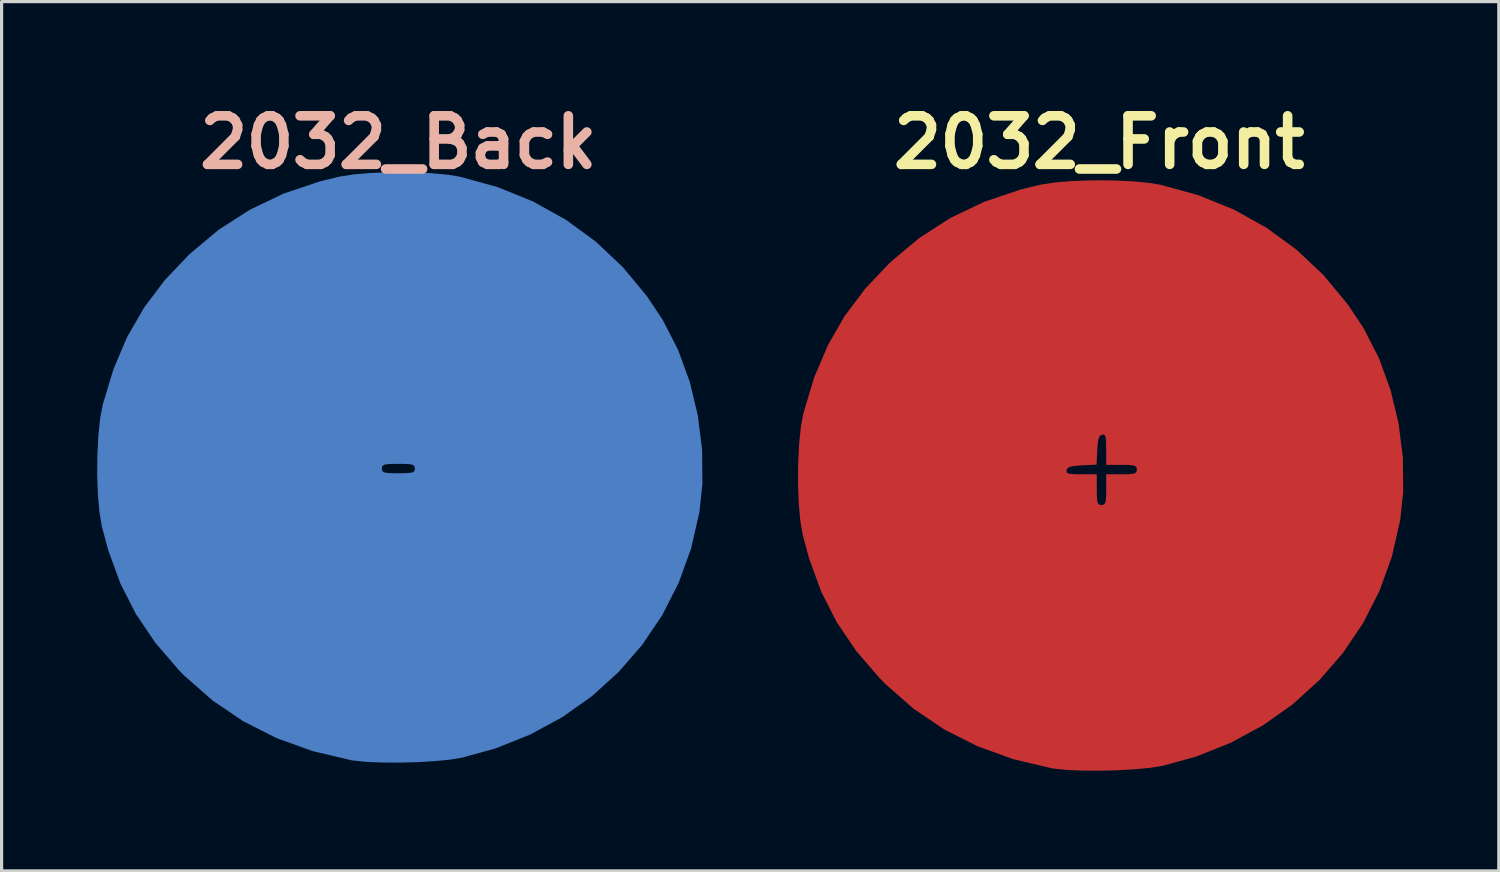
<source format=kicad_pcb>
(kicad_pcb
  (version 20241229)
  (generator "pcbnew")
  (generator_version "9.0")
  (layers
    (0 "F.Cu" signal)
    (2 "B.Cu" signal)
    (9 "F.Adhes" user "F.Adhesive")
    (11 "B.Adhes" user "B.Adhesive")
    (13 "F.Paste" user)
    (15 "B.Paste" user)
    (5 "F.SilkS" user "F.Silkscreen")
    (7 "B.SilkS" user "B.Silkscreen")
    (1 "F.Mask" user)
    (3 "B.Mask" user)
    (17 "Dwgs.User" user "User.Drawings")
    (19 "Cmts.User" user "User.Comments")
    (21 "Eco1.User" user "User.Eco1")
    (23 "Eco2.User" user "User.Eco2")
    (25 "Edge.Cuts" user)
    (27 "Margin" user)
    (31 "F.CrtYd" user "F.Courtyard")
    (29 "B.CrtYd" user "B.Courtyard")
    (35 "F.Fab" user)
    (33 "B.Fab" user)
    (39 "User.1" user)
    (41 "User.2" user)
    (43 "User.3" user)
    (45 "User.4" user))
  (footprint "2032_Front"
    (layer "F.Cu")
    (at 31.438 11.832)
    (property "Reference" "2032_Front" (at 0 -10.414 0) (layer "F.SilkS") (effects (font (size 1.524 1.524) (thickness 0.3))))
    (attr board_only exclude_from_pos_files exclude_from_bom)
    (fp_poly (pts (xy 0.413 -9.222) (xy 1.022 -9.195) (xy 1.564 -9.144) (xy 1.925 -9.085) (xy 3.11 -8.759) (xy 4.221 -8.309) (xy 5.251 -7.736) (xy 6.195 -7.047) (xy 7.047 -6.243) (xy 7.803 -5.33) (xy 8.301 -4.58) (xy 8.776 -3.654) (xy 9.143 -2.649) (xy 9.396 -1.595) (xy 9.531 -0.519) (xy 9.541 0.551) (xy 9.446 1.444) (xy 9.186 2.582) (xy 8.796 3.66) (xy 8.282 4.671) (xy 7.652 5.605) (xy 6.914 6.455) (xy 6.077 7.214) (xy 5.146 7.873) (xy 4.13 8.424) (xy 3.037 8.86) (xy 1.999 9.145) (xy 1.618 9.208) (xy 1.132 9.255) (xy 0.583 9.287) (xy 0.012 9.301) (xy -0.541 9.298) (xy -1.035 9.275) (xy -1.43 9.234) (xy -1.481 9.225) (xy -2.693 8.939) (xy -3.821 8.532) (xy -4.865 8.004) (xy -5.828 7.352) (xy -6.711 6.577) (xy -6.894 6.39) (xy -7.627 5.537) (xy -8.232 4.642) (xy -8.72 3.683) (xy -9.102 2.638) (xy -9.303 1.888) (xy -9.378 1.444) (xy -9.427 0.896) (xy -9.449 0.288) (xy -9.446 -0.13) (xy -1.023 -0.13) (xy -1.018 -0.06) (xy -0.95 -0.02) (xy -0.79 -0.003) (xy -0.561 0) (xy -0.074 0) (xy -0.074 0.481) (xy -0.069 0.742) (xy -0.049 0.887) (xy -0.002 0.95) (xy 0.074 0.963) (xy 0.154 0.948) (xy 0.199 0.881) (xy 0.218 0.729) (xy 0.222 0.481) (xy 0.222 0) (xy 0.703 0) (xy 0.964 -0.005) (xy 1.109 -0.025) (xy 1.172 -0.072) (xy 1.185 -0.148) (xy 1.17 -0.228) (xy 1.103 -0.273) (xy 0.952 -0.292) (xy 0.703 -0.296) (xy 0.222 -0.296) (xy 0.222 -0.783) (xy 0.217 -1.045) (xy 0.197 -1.189) (xy 0.154 -1.245) (xy 0.093 -1.245) (xy 0.017 -1.201) (xy -0.028 -1.083) (xy -0.054 -0.86) (xy -0.059 -0.762) (xy -0.081 -0.303) (xy -0.54 -0.281) (xy -0.803 -0.26) (xy -0.951 -0.222) (xy -1.015 -0.157) (xy -1.023 -0.13) (xy -9.446 -0.13) (xy -9.444 -0.341) (xy -9.414 -0.947) (xy -9.358 -1.491) (xy -9.277 -1.925) (xy -8.941 -3.038) (xy -8.513 -4.047) (xy -7.982 -4.97) (xy -7.336 -5.829) (xy -6.563 -6.643) (xy -6.546 -6.659) (xy -5.644 -7.414) (xy -4.663 -8.045) (xy -3.603 -8.552) (xy -2.459 -8.937) (xy -1.851 -9.085) (xy -1.397 -9.156) (xy -0.84 -9.202) (xy -0.222 -9.224)) (stroke (width 0) (type solid)) (fill yes) (layer "F.Cu"))
    (fp_circle (center 0 0) (end 9.346 0) (stroke (width 0.2) (type solid)) (fill yes) (layer "F.Mask")))
  (footprint "2032_Back"
    (layer "F.Cu")
    (at 9.449 11.578)
    (property "Reference" "2032_Back" (at 0 -10.16 0) (layer "B.SilkS") (effects (font (size 1.524 1.524) (thickness 0.3))))
    (attr board_only exclude_from_pos_files exclude_from_bom)
    (fp_poly (pts (xy 0.413 -9.222) (xy 1.022 -9.195) (xy 1.564 -9.144) (xy 1.925 -9.085) (xy 3.11 -8.759) (xy 4.221 -8.309) (xy 5.251 -7.736) (xy 6.195 -7.047) (xy 7.047 -6.243) (xy 7.803 -5.33) (xy 8.301 -4.58) (xy 8.776 -3.654) (xy 9.143 -2.649) (xy 9.396 -1.595) (xy 9.531 -0.519) (xy 9.541 0.551) (xy 9.446 1.444) (xy 9.186 2.582) (xy 8.796 3.66) (xy 8.282 4.671) (xy 7.652 5.605) (xy 6.914 6.455) (xy 6.077 7.214) (xy 5.146 7.873) (xy 4.13 8.424) (xy 3.037 8.86) (xy 1.999 9.145) (xy 1.618 9.208) (xy 1.132 9.255) (xy 0.583 9.287) (xy 0.012 9.301) (xy -0.541 9.298) (xy -1.035 9.275) (xy -1.43 9.234) (xy -1.481 9.225) (xy -2.693 8.939) (xy -3.821 8.532) (xy -4.865 8.004) (xy -5.828 7.352) (xy -6.711 6.577) (xy -6.894 6.39) (xy -7.627 5.537) (xy -8.232 4.642) (xy -8.72 3.683) (xy -9.102 2.638) (xy -9.303 1.888) (xy -9.378 1.444) (xy -9.427 0.896) (xy -9.449 0.288) (xy -9.447 0.074) (xy -0.518 0.074) (xy -0.504 0.152) (xy -0.441 0.196) (xy -0.297 0.217) (xy -0.041 0.222) (xy 0 0.222) (xy 0.272 0.218) (xy 0.428 0.2) (xy 0.5 0.159) (xy 0.518 0.086) (xy 0.518 0.074) (xy 0.504 -0.004) (xy 0.441 -0.048) (xy 0.297 -0.069) (xy 0.041 -0.074) (xy 0 -0.074) (xy -0.272 -0.07) (xy -0.428 -0.052) (xy -0.5 -0.011) (xy -0.518 0.062) (xy -0.518 0.074) (xy -9.447 0.074) (xy -9.444 -0.341) (xy -9.414 -0.947) (xy -9.358 -1.491) (xy -9.277 -1.925) (xy -8.941 -3.038) (xy -8.513 -4.047) (xy -7.982 -4.97) (xy -7.336 -5.829) (xy -6.563 -6.643) (xy -6.546 -6.659) (xy -5.644 -7.414) (xy -4.663 -8.045) (xy -3.603 -8.552) (xy -2.459 -8.937) (xy -1.851 -9.085) (xy -1.397 -9.156) (xy -0.84 -9.202) (xy -0.222 -9.224)) (stroke (width 0) (type solid)) (fill yes) (layer "B.Cu"))
    (fp_circle (center 0 0) (end 9.301 0) (stroke (width 0.2) (type solid)) (fill yes) (layer "B.Mask")))
  (gr_rect
    (start -3 -3)
    (end 43.979 24.278)
    (stroke (width 0.1) (type default))
    (fill no)
    (layer "Edge.Cuts")))
</source>
